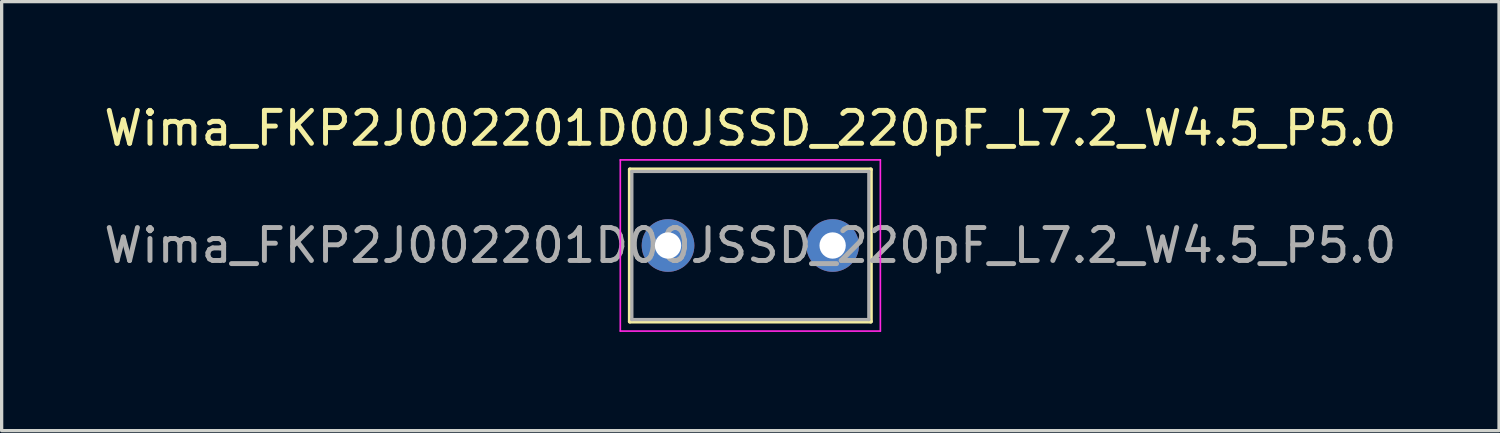
<source format=kicad_pcb>
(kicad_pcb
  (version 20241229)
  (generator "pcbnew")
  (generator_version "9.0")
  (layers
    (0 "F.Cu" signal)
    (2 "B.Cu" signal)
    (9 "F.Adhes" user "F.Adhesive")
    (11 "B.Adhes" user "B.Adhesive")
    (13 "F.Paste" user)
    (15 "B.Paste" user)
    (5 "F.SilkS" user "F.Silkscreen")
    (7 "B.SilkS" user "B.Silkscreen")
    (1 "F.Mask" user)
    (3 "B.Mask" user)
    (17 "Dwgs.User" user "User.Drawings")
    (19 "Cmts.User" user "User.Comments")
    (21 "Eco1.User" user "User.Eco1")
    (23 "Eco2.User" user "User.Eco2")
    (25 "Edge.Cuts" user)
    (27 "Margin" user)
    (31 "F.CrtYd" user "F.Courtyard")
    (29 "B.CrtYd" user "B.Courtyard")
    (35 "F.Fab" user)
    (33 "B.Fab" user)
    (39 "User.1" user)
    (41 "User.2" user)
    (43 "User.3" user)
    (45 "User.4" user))
  (footprint "Wima_FKP2J002201D00JSSD_220pF_L7.2_W4.5_P5.0"
    (layer "F.Cu")
    (at 17.244 4.408)
    (property "Reference" "Wima_FKP2J002201D00JSSD_220pF_L7.2_W4.5_P5.0" (at 2.5 -3.56 0) (layer "F.SilkS") (effects (font (size 1 1) (thickness 0.15))))
    (attr through_hole)
    (fp_line (start -1.16 -2.31) (end -1.16 2.31) (stroke (width 0.12) (type solid)) (layer "F.SilkS"))
    (fp_line (start -1.16 -2.31) (end 6.16 -2.31) (stroke (width 0.12) (type solid)) (layer "F.SilkS"))
    (fp_line (start -1.16 2.31) (end 6.16 2.31) (stroke (width 0.12) (type solid)) (layer "F.SilkS"))
    (fp_line (start 6.16 -2.31) (end 6.16 2.31) (stroke (width 0.12) (type solid)) (layer "F.SilkS"))
    (fp_line (start -1.45 -2.6) (end -1.45 2.6) (stroke (width 0.05) (type solid)) (layer "F.CrtYd"))
    (fp_line (start -1.45 2.6) (end 6.45 2.6) (stroke (width 0.05) (type solid)) (layer "F.CrtYd"))
    (fp_line (start 6.45 -2.6) (end -1.45 -2.6) (stroke (width 0.05) (type solid)) (layer "F.CrtYd"))
    (fp_line (start 6.45 2.6) (end 6.45 -2.6) (stroke (width 0.05) (type solid)) (layer "F.CrtYd"))
    (fp_line (start -1.1 -2.25) (end -1.1 2.25) (stroke (width 0.1) (type solid)) (layer "F.Fab"))
    (fp_line (start -1.1 2.25) (end 6.1 2.25) (stroke (width 0.1) (type solid)) (layer "F.Fab"))
    (fp_line (start 6.1 -2.25) (end -1.1 -2.25) (stroke (width 0.1) (type solid)) (layer "F.Fab"))
    (fp_line (start 6.1 2.25) (end 6.1 -2.25) (stroke (width 0.1) (type solid)) (layer "F.Fab"))
    (fp_text user "${REFERENCE}" (at 2.5 0 0) (layer "F.Fab") (effects (font (size 1 1) (thickness 0.15))))
    (pad "1" thru_hole circle (at 0 0) (size 1.6 1.6) (drill 0.8) (layers "*.Cu" "*.Mask"))
    (pad "2" thru_hole circle (at 5 0) (size 1.6 1.6) (drill 0.8) (layers "*.Cu" "*.Mask")))
  (gr_rect
    (start -3 -3)
    (end 42.488 10.033)
    (stroke (width 0.1) (type default))
    (fill no)
    (layer "Edge.Cuts")))
</source>
